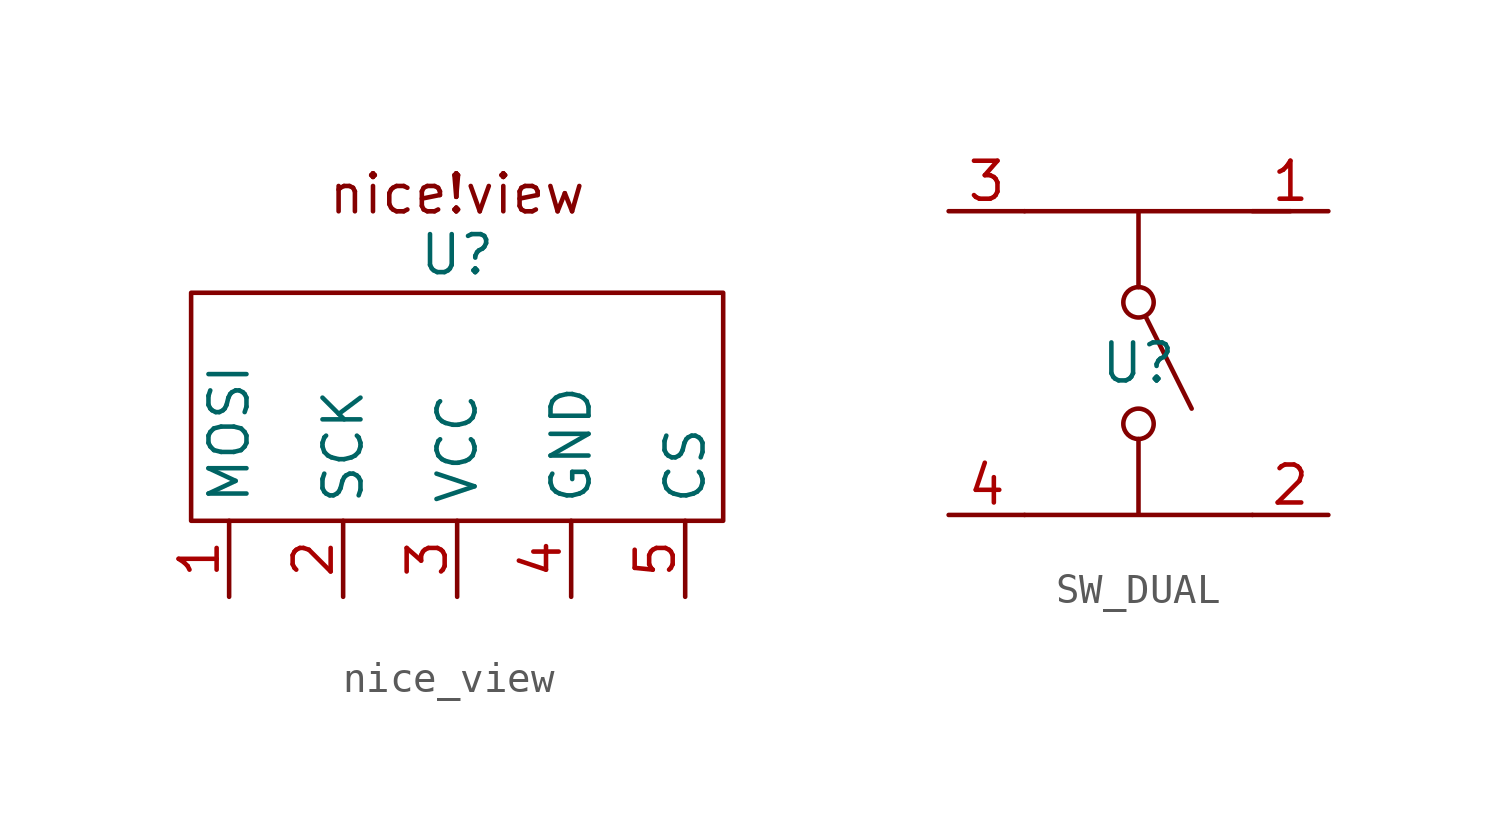
<source format=kicad_sym>
(kicad_symbol_lib
  (version 20231120)
  (generator "kicad_symbol_editor")
  (generator_version "8.0")
  (symbol "nice_view"
    (property "Reference" "U"
      (at 0 0 0)
      (effects (font (size 1.27 1.27))))
    (property "Value" ""
      (at 0 0 0)
      (effects (font (size 1.27 1.27))))
    (symbol "nice_view_0_1"
      (rectangle (start -8.89 -1.27) (end 8.89 -8.89) (stroke (width 0) (type default)) (fill (type none))))
    (symbol "nice_view_1_1"
      (text "nice!view" (at 0 2.032 0) (effects (font (size 1.27 1.27))))
      (pin input line (at -7.62 -11.43 90) (length 2.54) (name "MOSI" (effects (font (size 1.27 1.27)))) (number "1" (effects (font (size 1.27 1.27)))))
      (pin input line (at -3.81 -11.43 90) (length 2.54) (name "SCK" (effects (font (size 1.27 1.27)))) (number "2" (effects (font (size 1.27 1.27)))))
      (pin input line (at 0 -11.43 90) (length 2.54) (name "VCC" (effects (font (size 1.27 1.27)))) (number "3" (effects (font (size 1.27 1.27)))))
      (pin input line (at 3.81 -11.43 90) (length 2.54) (name "GND" (effects (font (size 1.27 1.27)))) (number "4" (effects (font (size 1.27 1.27)))))
      (pin input line (at 7.62 -11.43 90) (length 2.54) (name "CS" (effects (font (size 1.27 1.27)))) (number "5" (effects (font (size 1.27 1.27)))))))
  (symbol "SW_DUAL"
    (property "Reference" "U"
      (at 0 0 0)
      (effects (font (size 1.27 1.27))))
    (property "Value" ""
      (at 0 0 0)
      (effects (font (size 1.27 1.27))))
    (symbol "SW_DUAL_0_0"
      (circle (center 0 -2.032) (radius 0.508) (stroke (width 0) (type default)) (fill (type none)))
      (polyline (pts (xy 0.254 1.524) (xy 1.778 -1.524)) (stroke (width 0) (type default)) (fill (type none)))
      (circle (center 0 2.032) (radius 0.508) (stroke (width 0) (type default)) (fill (type none))))
    (symbol "SW_DUAL_0_1"
      (polyline (pts (xy 0 -2.54) (xy 0 -5.08) (xy 3.81 -5.08) (xy -3.81 -5.08)) (stroke (width 0) (type default)) (fill (type none)))
      (polyline (pts (xy 0 2.54) (xy 0 5.08) (xy 5.08 5.08) (xy -3.81 5.08)) (stroke (width 0) (type default)) (fill (type none))))
    (symbol "SW_DUAL_1_1"
      (pin passive line (at 6.35 5.08 180) (length 2.54) (name "" (effects (font (size 1.27 1.27)))) (number "1" (effects (font (size 1.27 1.27)))))
      (pin passive line (at 6.35 -5.08 180) (length 2.54) (name "" (effects (font (size 1.27 1.27)))) (number "2" (effects (font (size 1.27 1.27)))))
      (pin passive line (at -6.35 5.08 0) (length 2.54) (name "" (effects (font (size 1.27 1.27)))) (number "3" (effects (font (size 1.27 1.27)))))
      (pin passive line (at -6.35 -5.08 0) (length 2.54) (name "" (effects (font (size 1.27 1.27)))) (number "4" (effects (font (size 1.27 1.27))))))))
</source>
